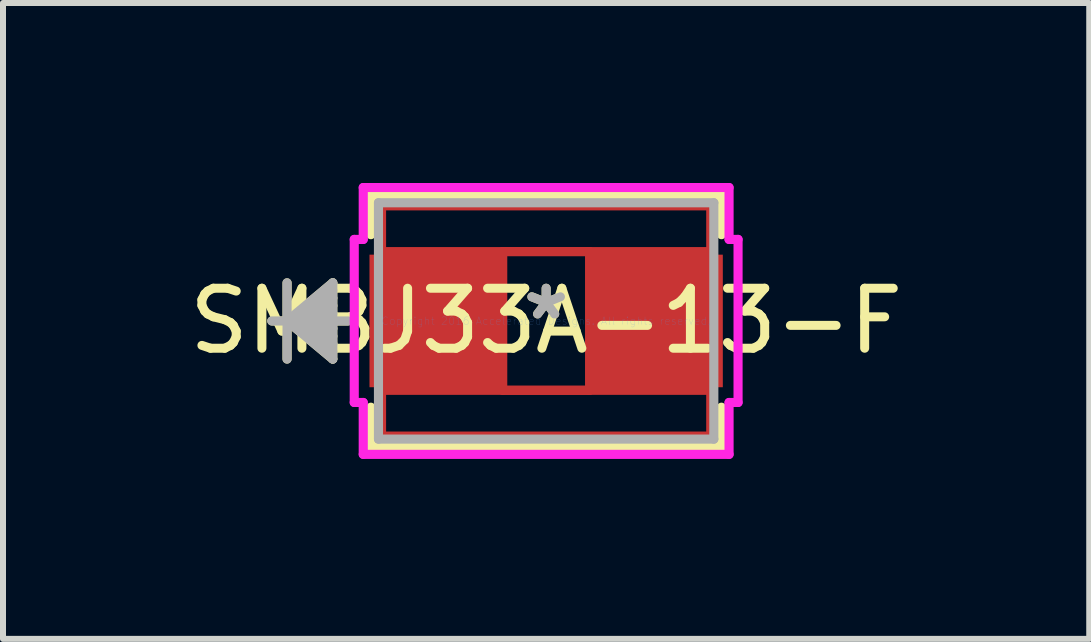
<source format=kicad_pcb>
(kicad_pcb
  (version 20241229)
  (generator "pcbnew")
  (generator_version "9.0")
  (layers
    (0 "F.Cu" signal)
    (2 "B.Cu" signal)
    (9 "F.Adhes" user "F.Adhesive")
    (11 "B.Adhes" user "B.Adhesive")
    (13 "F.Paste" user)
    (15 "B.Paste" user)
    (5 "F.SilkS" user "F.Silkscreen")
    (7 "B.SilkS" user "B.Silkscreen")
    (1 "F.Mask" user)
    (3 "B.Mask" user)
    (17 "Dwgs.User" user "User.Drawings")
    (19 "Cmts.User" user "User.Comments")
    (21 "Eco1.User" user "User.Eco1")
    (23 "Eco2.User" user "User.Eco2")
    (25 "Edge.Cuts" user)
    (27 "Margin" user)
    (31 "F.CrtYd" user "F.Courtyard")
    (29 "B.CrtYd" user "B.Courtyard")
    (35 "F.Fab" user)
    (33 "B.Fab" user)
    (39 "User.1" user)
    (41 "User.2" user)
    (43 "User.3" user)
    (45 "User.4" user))
  (footprint "SMBJ33A-13-F"
    (layer "F.Cu")
    (at 6.054 2.3)
    (property "Reference" "SMBJ33A-13-F" (at 0 0 0) (layer "F.SilkS") (effects (font (size 1 1) (thickness 0.15))))
    (attr through_hole)
    (fp_line (start -2.744 -1.919) (end 2.744 -1.919) (stroke (width 0.152) (type solid)) (layer "F.Cu"))
    (fp_line (start -2.744 -1.156) (end -2.744 -1.919) (stroke (width 0.152) (type solid)) (layer "F.Cu"))
    (fp_line (start -2.744 1.156) (end 2.744 1.156) (stroke (width 0.152) (type solid)) (layer "F.Cu"))
    (fp_line (start -2.744 1.919) (end -2.744 1.156) (stroke (width 0.152) (type solid)) (layer "F.Cu"))
    (fp_line (start -0.724 -1.156) (end 0.724 -1.156) (stroke (width 0.152) (type solid)) (layer "F.Cu"))
    (fp_line (start -0.724 1.156) (end -0.724 -1.156) (stroke (width 0.152) (type solid)) (layer "F.Cu"))
    (fp_line (start 0.724 -1.156) (end 0.724 1.156) (stroke (width 0.152) (type solid)) (layer "F.Cu"))
    (fp_line (start 0.724 1.156) (end -0.724 1.156) (stroke (width 0.152) (type solid)) (layer "F.Cu"))
    (fp_line (start 2.744 -1.919) (end 2.744 -1.156) (stroke (width 0.152) (type solid)) (layer "F.Cu"))
    (fp_line (start 2.744 -1.156) (end -2.744 -1.156) (stroke (width 0.152) (type solid)) (layer "F.Cu"))
    (fp_line (start 2.744 1.156) (end 2.744 1.919) (stroke (width 0.152) (type solid)) (layer "F.Cu"))
    (fp_line (start 2.744 1.919) (end -2.744 1.919) (stroke (width 0.152) (type solid)) (layer "F.Cu"))
    (fp_line (start -4.319 -0.635) (end -4.319 0.635) (stroke (width 0.152) (type solid)) (layer "F.SilkS"))
    (fp_line (start -4.319 0) (end -3.557 -0.635) (stroke (width 0.152) (type solid)) (layer "F.SilkS"))
    (fp_line (start -4.319 0) (end -3.557 -0.508) (stroke (width 0.152) (type solid)) (layer "F.SilkS"))
    (fp_line (start -4.319 0) (end -3.557 -0.381) (stroke (width 0.152) (type solid)) (layer "F.SilkS"))
    (fp_line (start -4.319 0) (end -3.557 -0.254) (stroke (width 0.152) (type solid)) (layer "F.SilkS"))
    (fp_line (start -4.319 0) (end -3.557 -0.127) (stroke (width 0.152) (type solid)) (layer "F.SilkS"))
    (fp_line (start -4.319 0) (end -3.557 0.127) (stroke (width 0.152) (type solid)) (layer "F.SilkS"))
    (fp_line (start -4.319 0) (end -3.557 0.254) (stroke (width 0.152) (type solid)) (layer "F.SilkS"))
    (fp_line (start -4.319 0) (end -3.557 0.381) (stroke (width 0.152) (type solid)) (layer "F.SilkS"))
    (fp_line (start -4.319 0) (end -3.557 0.508) (stroke (width 0.152) (type solid)) (layer "F.SilkS"))
    (fp_line (start -4.319 0) (end -3.557 0.635) (stroke (width 0.152) (type solid)) (layer "F.SilkS"))
    (fp_line (start -3.557 -0.635) (end -3.557 0.635) (stroke (width 0.152) (type solid)) (layer "F.SilkS"))
    (fp_line (start -3.303 0) (end -4.573 0) (stroke (width 0.152) (type solid)) (layer "F.SilkS"))
    (fp_line (start -2.922 -2.097) (end -2.922 -1.438) (stroke (width 0.152) (type solid)) (layer "F.SilkS"))
    (fp_line (start -2.922 1.438) (end -2.922 2.097) (stroke (width 0.152) (type solid)) (layer "F.SilkS"))
    (fp_line (start -2.922 2.097) (end 2.922 2.097) (stroke (width 0.152) (type solid)) (layer "F.SilkS"))
    (fp_line (start 2.922 -2.097) (end -2.922 -2.097) (stroke (width 0.152) (type solid)) (layer "F.SilkS"))
    (fp_line (start 2.922 -1.438) (end 2.922 -2.097) (stroke (width 0.152) (type solid)) (layer "F.SilkS"))
    (fp_line (start 2.922 2.097) (end 2.922 1.438) (stroke (width 0.152) (type solid)) (layer "F.SilkS"))
    (fp_line (start -3.199 -1.359) (end -3.049 -1.359) (stroke (width 0.152) (type solid)) (layer "F.CrtYd"))
    (fp_line (start -3.199 1.359) (end -3.199 -1.359) (stroke (width 0.152) (type solid)) (layer "F.CrtYd"))
    (fp_line (start -3.049 -2.224) (end 3.049 -2.224) (stroke (width 0.152) (type solid)) (layer "F.CrtYd"))
    (fp_line (start -3.049 -1.359) (end -3.049 -2.224) (stroke (width 0.152) (type solid)) (layer "F.CrtYd"))
    (fp_line (start -3.049 1.359) (end -3.199 1.359) (stroke (width 0.152) (type solid)) (layer "F.CrtYd"))
    (fp_line (start -3.049 2.224) (end -3.049 1.359) (stroke (width 0.152) (type solid)) (layer "F.CrtYd"))
    (fp_line (start 3.049 -2.224) (end 3.049 -1.359) (stroke (width 0.152) (type solid)) (layer "F.CrtYd"))
    (fp_line (start 3.049 -1.359) (end 3.199 -1.359) (stroke (width 0.152) (type solid)) (layer "F.CrtYd"))
    (fp_line (start 3.049 1.359) (end 3.049 2.224) (stroke (width 0.152) (type solid)) (layer "F.CrtYd"))
    (fp_line (start 3.049 2.224) (end -3.049 2.224) (stroke (width 0.152) (type solid)) (layer "F.CrtYd"))
    (fp_line (start 3.199 -1.359) (end 3.199 1.359) (stroke (width 0.152) (type solid)) (layer "F.CrtYd"))
    (fp_line (start 3.199 1.359) (end 3.049 1.359) (stroke (width 0.152) (type solid)) (layer "F.CrtYd"))
    (fp_line (start -4.319 -0.635) (end -4.319 0.635) (stroke (width 0.152) (type solid)) (layer "F.Fab"))
    (fp_line (start -4.319 0) (end -3.557 -0.635) (stroke (width 0.152) (type solid)) (layer "F.Fab"))
    (fp_line (start -4.319 0) (end -3.557 -0.508) (stroke (width 0.152) (type solid)) (layer "F.Fab"))
    (fp_line (start -4.319 0) (end -3.557 -0.381) (stroke (width 0.152) (type solid)) (layer "F.Fab"))
    (fp_line (start -4.319 0) (end -3.557 -0.254) (stroke (width 0.152) (type solid)) (layer "F.Fab"))
    (fp_line (start -4.319 0) (end -3.557 -0.127) (stroke (width 0.152) (type solid)) (layer "F.Fab"))
    (fp_line (start -4.319 0) (end -3.557 0.127) (stroke (width 0.152) (type solid)) (layer "F.Fab"))
    (fp_line (start -4.319 0) (end -3.557 0.254) (stroke (width 0.152) (type solid)) (layer "F.Fab"))
    (fp_line (start -4.319 0) (end -3.557 0.381) (stroke (width 0.152) (type solid)) (layer "F.Fab"))
    (fp_line (start -4.319 0) (end -3.557 0.508) (stroke (width 0.152) (type solid)) (layer "F.Fab"))
    (fp_line (start -4.319 0) (end -3.557 0.635) (stroke (width 0.152) (type solid)) (layer "F.Fab"))
    (fp_line (start -3.557 -0.635) (end -3.557 0.635) (stroke (width 0.152) (type solid)) (layer "F.Fab"))
    (fp_line (start -3.303 0) (end -4.573 0) (stroke (width 0.152) (type solid)) (layer "F.Fab"))
    (fp_line (start -2.795 -1.97) (end -2.795 1.97) (stroke (width 0.152) (type solid)) (layer "F.Fab"))
    (fp_line (start -2.795 1.97) (end 2.795 1.97) (stroke (width 0.152) (type solid)) (layer "F.Fab"))
    (fp_line (start 2.795 -1.97) (end -2.795 -1.97) (stroke (width 0.152) (type solid)) (layer "F.Fab"))
    (fp_line (start 2.795 1.97) (end 2.795 -1.97) (stroke (width 0.152) (type solid)) (layer "F.Fab"))
    (fp_text user "*" (at 0 0 0) (layer "F.SilkS") (effects (font (size 1 1) (thickness 0.15))))
    (fp_text user "Copyright 2016 Accelerated Designs. All rights reserved." (at 0 0 0) (layer "Cmts.User") (effects (font (size 0.127 0.127) (thickness 0.002))))
    (fp_text user "*" (at 0 0 0) (layer "F.Fab") (effects (font (size 1 1) (thickness 0.15))))
    (pad "1" smd rect (at -1.86 0 90) (size 2.21 2.17) (layers "F.Cu" "F.Mask" "F.Paste"))
    (pad "2" smd rect (at 1.86 0 90) (size 2.21 2.17) (layers "F.Cu" "F.Mask" "F.Paste")))
  (gr_rect
    (start -3 -3)
    (end 15.107 7.6)
    (stroke (width 0.1) (type default))
    (fill no)
    (layer "Edge.Cuts")))
</source>
